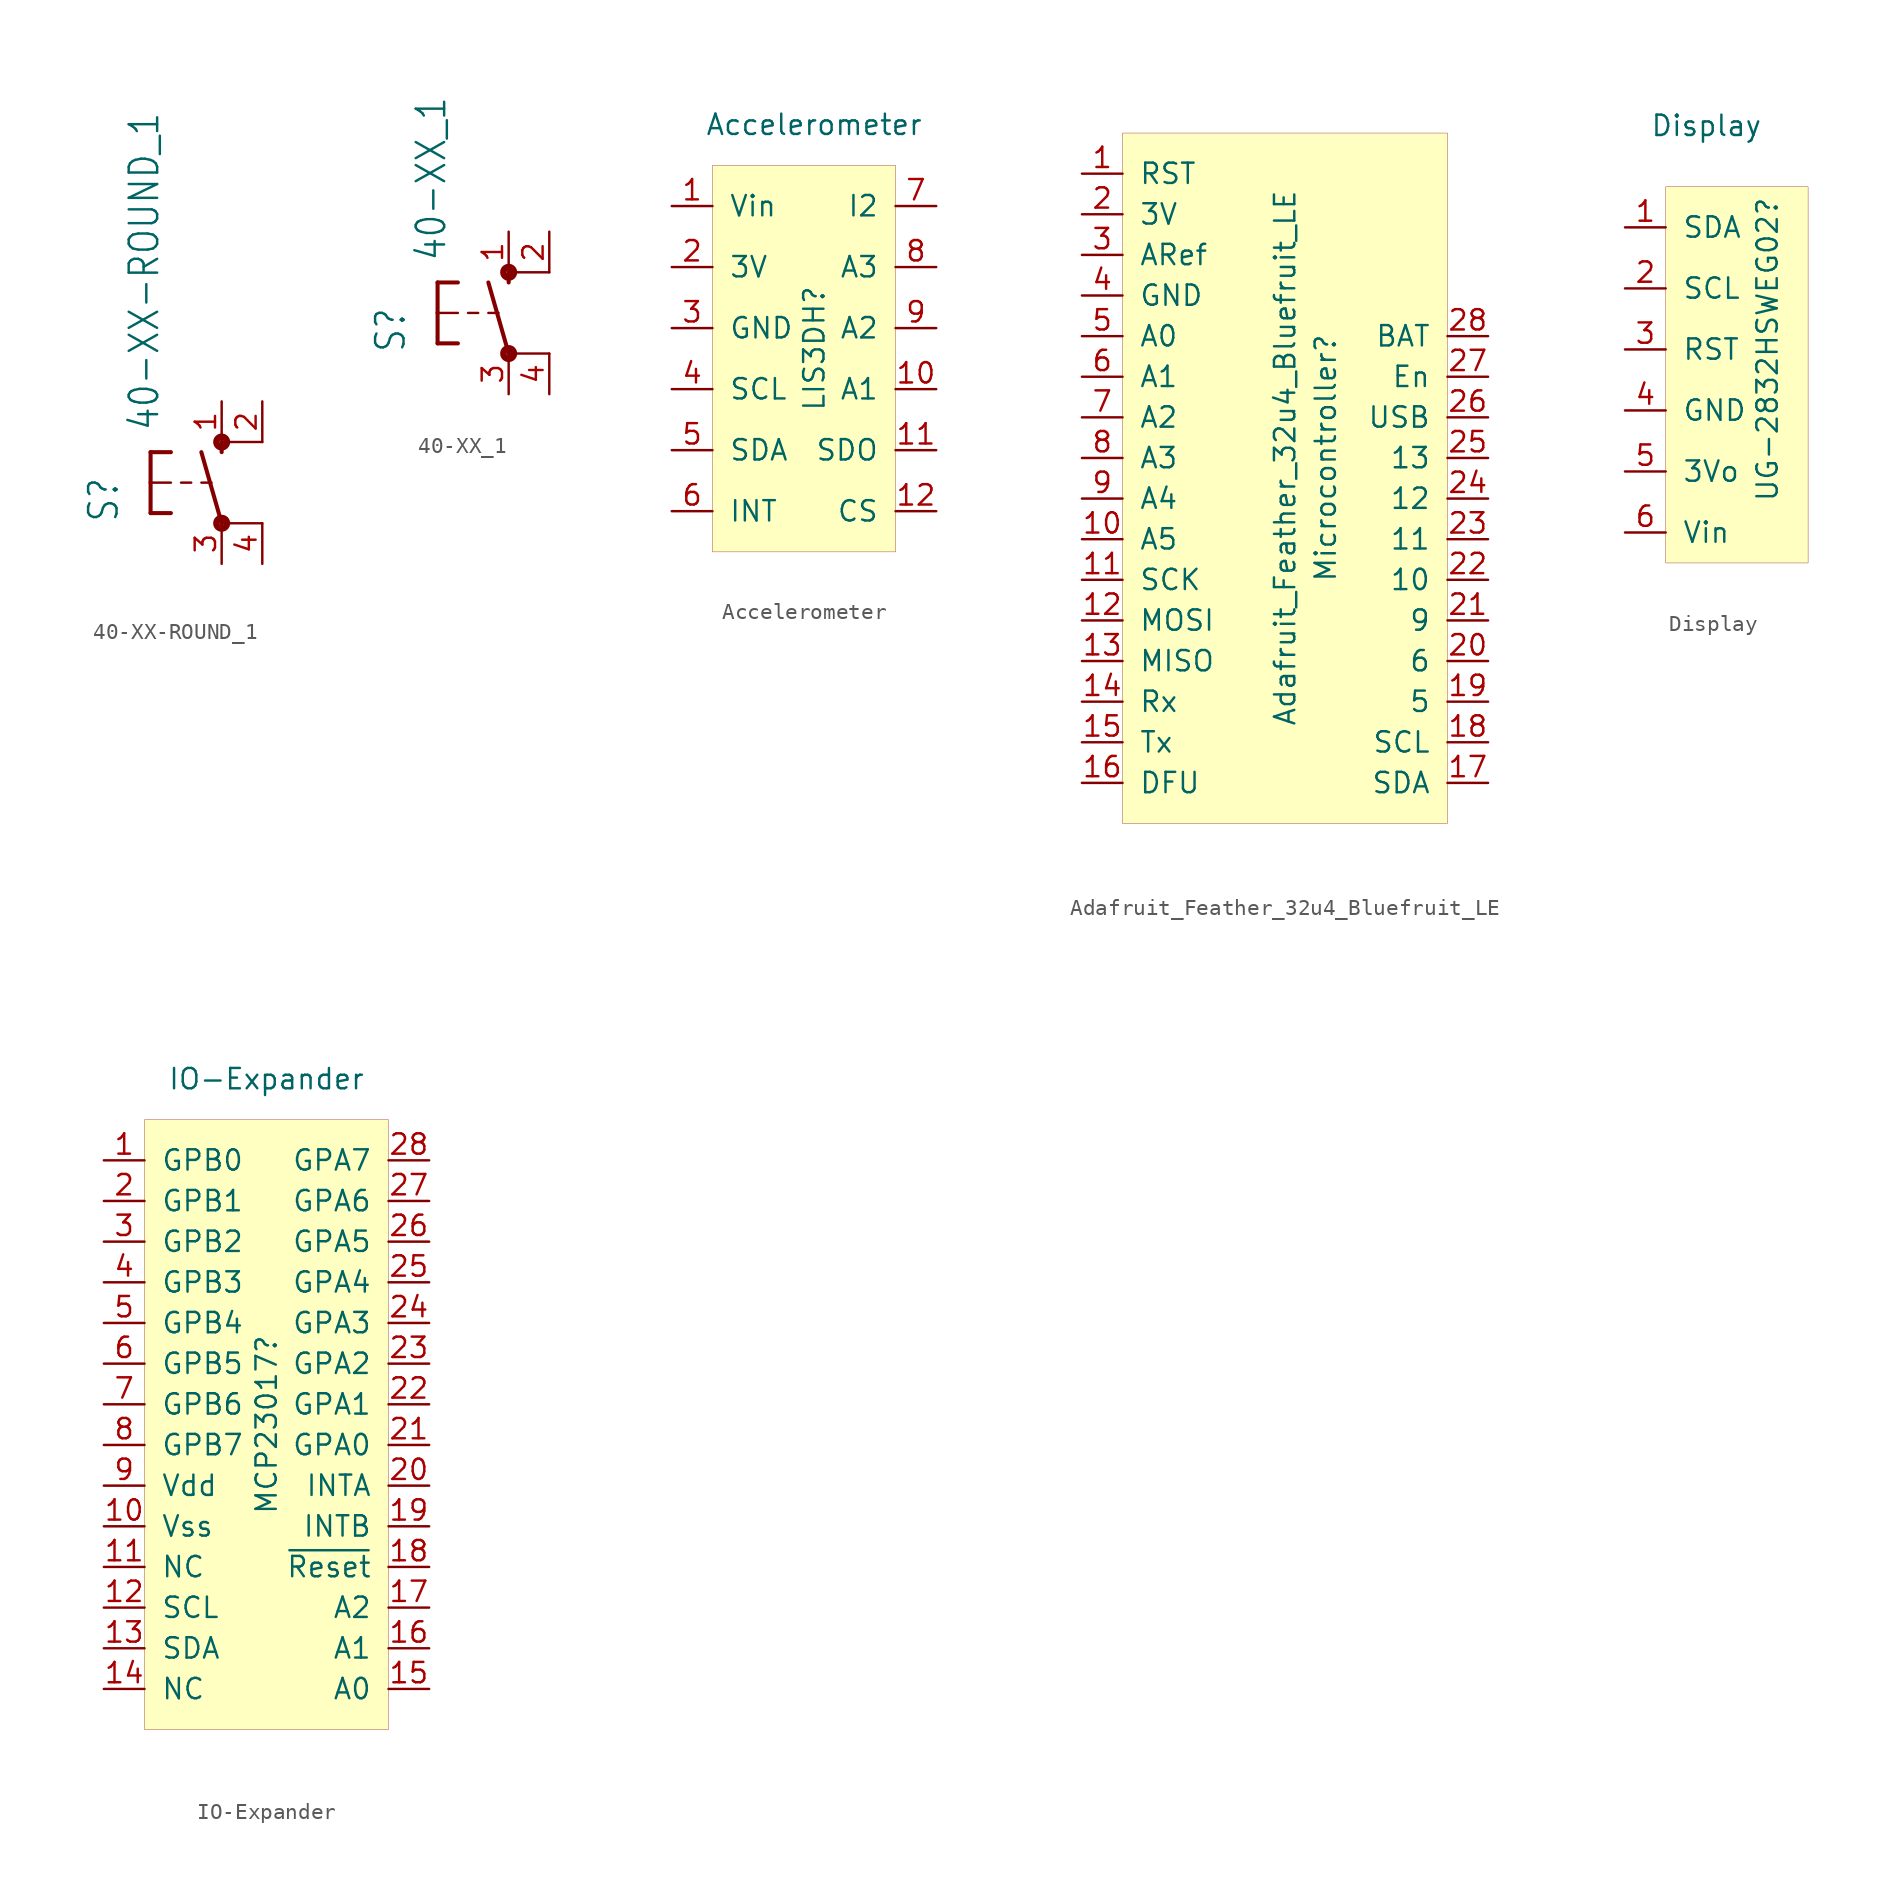
<source format=kicad_sym>
(kicad_symbol_lib
  (version 20200908)
  (generator kicad_symbol_editor)
  (symbol "Game_Controllers:40-XX-ROUND_1"
    (property "Reference" "S"
      (at -6.35 -2.54 90)
      (effects (font (size 1.778 1.511)) (justify left bottom)))
    (property "Value" "40-XX-ROUND_1"
      (at -3.81 3.175 90)
      (effects (font (size 1.778 1.511)) (justify left bottom)))
    (property "ki_locked" ""
      (at 0 0 0)
      (effects (font (size 1.27 1.27))))
    (symbol "40-XX-ROUND_1_1_0"
      (circle (center 0 -2.54) (radius 0.127) (stroke (width 0.406)) (fill (type none)))
      (circle (center 0 2.54) (radius 0.127) (stroke (width 0.406)) (fill (type none)))
      (polyline (pts (xy 0 1.905) (xy 0 2.54)) (stroke (width 0.254)) (fill (type none)))
      (polyline (pts (xy -4.445 1.905) (xy -3.175 1.905)) (stroke (width 0.254)) (fill (type none)))
      (polyline (pts (xy -4.445 -1.905) (xy -3.175 -1.905)) (stroke (width 0.254)) (fill (type none)))
      (polyline (pts (xy -4.445 1.905) (xy -4.445 0)) (stroke (width 0.254)) (fill (type none)))
      (polyline (pts (xy -4.445 0) (xy -4.445 -1.905)) (stroke (width 0.254)) (fill (type none)))
      (polyline (pts (xy -2.54 0) (xy -1.905 0)) (stroke (width 0.152)) (fill (type none)))
      (polyline (pts (xy -1.27 0) (xy -0.635 0)) (stroke (width 0.152)) (fill (type none)))
      (polyline (pts (xy -4.445 0) (xy -3.175 0)) (stroke (width 0.152)) (fill (type none)))
      (polyline (pts (xy 2.54 2.54) (xy 0 2.54)) (stroke (width 0.152)) (fill (type none)))
      (polyline (pts (xy 2.54 -2.54) (xy 0 -2.54)) (stroke (width 0.152)) (fill (type none)))
      (polyline (pts (xy 0 -2.54) (xy -1.27 1.905)) (stroke (width 0.254)) (fill (type none)))
      (pin passive line (at 0 -5.08 90) (length 2.54) (name "P" (effects (font (size 0 0)))) (number "3" (effects (font (size 1.27 1.27)))))
      (pin passive line (at 0 5.08 270) (length 2.54) (name "S" (effects (font (size 0 0)))) (number "1" (effects (font (size 1.27 1.27)))))
      (pin passive line (at 2.54 5.08 270) (length 2.54) (name "S1" (effects (font (size 0 0)))) (number "2" (effects (font (size 1.27 1.27)))))
      (pin passive line (at 2.54 -5.08 90) (length 2.54) (name "P1" (effects (font (size 0 0)))) (number "4" (effects (font (size 1.27 1.27)))))))
  (symbol "Game_Controllers:40-XX_1"
    (property "Reference" "S"
      (at -6.35 -2.54 90)
      (effects (font (size 1.778 1.511)) (justify left bottom)))
    (property "Value" "40-XX_1"
      (at -3.81 3.175 90)
      (effects (font (size 1.778 1.511)) (justify left bottom)))
    (property "ki_locked" ""
      (at 0 0 0)
      (effects (font (size 1.27 1.27))))
    (symbol "40-XX_1_1_0"
      (circle (center 0 -2.54) (radius 0.127) (stroke (width 0.406)) (fill (type none)))
      (circle (center 0 2.54) (radius 0.127) (stroke (width 0.406)) (fill (type none)))
      (polyline (pts (xy 0 1.905) (xy 0 2.54)) (stroke (width 0.254)) (fill (type none)))
      (polyline (pts (xy -4.445 1.905) (xy -3.175 1.905)) (stroke (width 0.254)) (fill (type none)))
      (polyline (pts (xy -4.445 -1.905) (xy -3.175 -1.905)) (stroke (width 0.254)) (fill (type none)))
      (polyline (pts (xy -4.445 1.905) (xy -4.445 0)) (stroke (width 0.254)) (fill (type none)))
      (polyline (pts (xy -4.445 0) (xy -4.445 -1.905)) (stroke (width 0.254)) (fill (type none)))
      (polyline (pts (xy -2.54 0) (xy -1.905 0)) (stroke (width 0.152)) (fill (type none)))
      (polyline (pts (xy -1.27 0) (xy -0.635 0)) (stroke (width 0.152)) (fill (type none)))
      (polyline (pts (xy -4.445 0) (xy -3.175 0)) (stroke (width 0.152)) (fill (type none)))
      (polyline (pts (xy 2.54 2.54) (xy 0 2.54)) (stroke (width 0.152)) (fill (type none)))
      (polyline (pts (xy 2.54 -2.54) (xy 0 -2.54)) (stroke (width 0.152)) (fill (type none)))
      (polyline (pts (xy 0 -2.54) (xy -1.27 1.905)) (stroke (width 0.254)) (fill (type none)))
      (pin passive line (at 0 -5.08 90) (length 2.54) (name "P" (effects (font (size 0 0)))) (number "3" (effects (font (size 1.27 1.27)))))
      (pin passive line (at 0 5.08 270) (length 2.54) (name "S" (effects (font (size 0 0)))) (number "1" (effects (font (size 1.27 1.27)))))
      (pin passive line (at 2.54 5.08 270) (length 2.54) (name "S1" (effects (font (size 0 0)))) (number "2" (effects (font (size 1.27 1.27)))))
      (pin passive line (at 2.54 -5.08 90) (length 2.54) (name "P1" (effects (font (size 0 0)))) (number "4" (effects (font (size 1.27 1.27)))))))
  (symbol "Game_Controllers:Accelerometer"
    (pin_names
      (offset 1.016))
    (property "Reference" "LIS3DH"
      (at 0 0 90)
      (effects (font (size 1.27 1.27))))
    (property "Value" "Accelerometer"
      (at 0 13.97 0)
      (effects (font (size 1.27 1.27))))
    (symbol "Accelerometer_0_1"
      (rectangle (start -6.35 11.43) (end 5.08 -12.7) (stroke (width 0.001)) (fill (type background))))
    (symbol "Accelerometer_1_1"
      (pin bidirectional line (at -8.89 8.89 0) (length 2.54) (name "Vin" (effects (font (size 1.27 1.27)))) (number "1" (effects (font (size 1.27 1.27)))))
      (pin bidirectional line (at -8.89 5.08 0) (length 2.54) (name "3V" (effects (font (size 1.27 1.27)))) (number "2" (effects (font (size 1.27 1.27)))))
      (pin bidirectional line (at -8.89 1.27 0) (length 2.54) (name "GND" (effects (font (size 1.27 1.27)))) (number "3" (effects (font (size 1.27 1.27)))))
      (pin bidirectional line (at -8.89 -2.54 0) (length 2.54) (name "SCL" (effects (font (size 1.27 1.27)))) (number "4" (effects (font (size 1.27 1.27)))))
      (pin bidirectional line (at -8.89 -6.35 0) (length 2.54) (name "SDA" (effects (font (size 1.27 1.27)))) (number "5" (effects (font (size 1.27 1.27)))))
      (pin bidirectional line (at -8.89 -10.16 0) (length 2.54) (name "INT" (effects (font (size 1.27 1.27)))) (number "6" (effects (font (size 1.27 1.27)))))
      (pin bidirectional line (at 7.62 8.89 180) (length 2.54) (name "I2" (effects (font (size 1.27 1.27)))) (number "7" (effects (font (size 1.27 1.27)))))
      (pin bidirectional line (at 7.62 5.08 180) (length 2.54) (name "A3" (effects (font (size 1.27 1.27)))) (number "8" (effects (font (size 1.27 1.27)))))
      (pin bidirectional line (at 7.62 1.27 180) (length 2.54) (name "A2" (effects (font (size 1.27 1.27)))) (number "9" (effects (font (size 1.27 1.27)))))
      (pin bidirectional line (at 7.62 -2.54 180) (length 2.54) (name "A1" (effects (font (size 1.27 1.27)))) (number "10" (effects (font (size 1.27 1.27)))))
      (pin bidirectional line (at 7.62 -6.35 180) (length 2.54) (name "SDO" (effects (font (size 1.27 1.27)))) (number "11" (effects (font (size 1.27 1.27)))))
      (pin bidirectional line (at 7.62 -10.16 180) (length 2.54) (name "CS" (effects (font (size 1.27 1.27)))) (number "12" (effects (font (size 1.27 1.27)))))))
  (symbol "Game_Controllers:Adafruit_Feather_32u4_Bluefruit_LE"
    (pin_names
      (offset 1.016))
    (property "Reference" "Microcontroller"
      (at -2.54 7.62 90)
      (effects (font (size 1.27 1.27))))
    (property "Value" "Adafruit_Feather_32u4_Bluefruit_LE"
      (at -5.08 7.62 90)
      (effects (font (size 1.27 1.27))))
    (symbol "Adafruit_Feather_32u4_Bluefruit_LE_0_1"
      (rectangle (start -15.24 27.94) (end 5.08 -15.24) (stroke (width 0.001)) (fill (type background))))
    (symbol "Adafruit_Feather_32u4_Bluefruit_LE_1_1"
      (pin bidirectional line (at 7.62 15.24 180) (length 2.54) (name "BAT" (effects (font (size 1.27 1.27)))) (number "28" (effects (font (size 1.27 1.27)))))
      (pin bidirectional line (at 7.62 12.7 180) (length 2.54) (name "En" (effects (font (size 1.27 1.27)))) (number "27" (effects (font (size 1.27 1.27)))))
      (pin bidirectional line (at 7.62 10.16 180) (length 2.54) (name "USB" (effects (font (size 1.27 1.27)))) (number "26" (effects (font (size 1.27 1.27)))))
      (pin bidirectional line (at 7.62 7.62 180) (length 2.54) (name "13" (effects (font (size 1.27 1.27)))) (number "25" (effects (font (size 1.27 1.27)))))
      (pin bidirectional line (at 7.62 5.08 180) (length 2.54) (name "12" (effects (font (size 1.27 1.27)))) (number "24" (effects (font (size 1.27 1.27)))))
      (pin bidirectional line (at 7.62 2.54 180) (length 2.54) (name "11" (effects (font (size 1.27 1.27)))) (number "23" (effects (font (size 1.27 1.27)))))
      (pin bidirectional line (at 7.62 0 180) (length 2.54) (name "10" (effects (font (size 1.27 1.27)))) (number "22" (effects (font (size 1.27 1.27)))))
      (pin bidirectional line (at 7.62 -2.54 180) (length 2.54) (name "9" (effects (font (size 1.27 1.27)))) (number "21" (effects (font (size 1.27 1.27)))))
      (pin bidirectional line (at 7.62 -5.08 180) (length 2.54) (name "6" (effects (font (size 1.27 1.27)))) (number "20" (effects (font (size 1.27 1.27)))))
      (pin bidirectional line (at 7.62 -7.62 180) (length 2.54) (name "5" (effects (font (size 1.27 1.27)))) (number "19" (effects (font (size 1.27 1.27)))))
      (pin bidirectional line (at 7.62 -10.16 180) (length 2.54) (name "SCL" (effects (font (size 1.27 1.27)))) (number "18" (effects (font (size 1.27 1.27)))))
      (pin bidirectional line (at 7.62 -12.7 180) (length 2.54) (name "SDA" (effects (font (size 1.27 1.27)))) (number "17" (effects (font (size 1.27 1.27)))))
      (pin bidirectional line (at -17.78 -12.7 0) (length 2.54) (name "DFU" (effects (font (size 1.27 1.27)))) (number "16" (effects (font (size 1.27 1.27)))))
      (pin bidirectional line (at -17.78 -10.16 0) (length 2.54) (name "Tx" (effects (font (size 1.27 1.27)))) (number "15" (effects (font (size 1.27 1.27)))))
      (pin bidirectional line (at -17.78 -7.62 0) (length 2.54) (name "Rx" (effects (font (size 1.27 1.27)))) (number "14" (effects (font (size 1.27 1.27)))))
      (pin bidirectional line (at -17.78 -5.08 0) (length 2.54) (name "MISO" (effects (font (size 1.27 1.27)))) (number "13" (effects (font (size 1.27 1.27)))))
      (pin bidirectional line (at -17.78 -2.54 0) (length 2.54) (name "MOSI" (effects (font (size 1.27 1.27)))) (number "12" (effects (font (size 1.27 1.27)))))
      (pin bidirectional line (at -17.78 0 0) (length 2.54) (name "SCK" (effects (font (size 1.27 1.27)))) (number "11" (effects (font (size 1.27 1.27)))))
      (pin bidirectional line (at -17.78 2.54 0) (length 2.54) (name "A5" (effects (font (size 1.27 1.27)))) (number "10" (effects (font (size 1.27 1.27)))))
      (pin bidirectional line (at -17.78 5.08 0) (length 2.54) (name "A4" (effects (font (size 1.27 1.27)))) (number "9" (effects (font (size 1.27 1.27)))))
      (pin bidirectional line (at -17.78 7.62 0) (length 2.54) (name "A3" (effects (font (size 1.27 1.27)))) (number "8" (effects (font (size 1.27 1.27)))))
      (pin bidirectional line (at -17.78 10.16 0) (length 2.54) (name "A2" (effects (font (size 1.27 1.27)))) (number "7" (effects (font (size 1.27 1.27)))))
      (pin bidirectional line (at -17.78 12.7 0) (length 2.54) (name "A1" (effects (font (size 1.27 1.27)))) (number "6" (effects (font (size 1.27 1.27)))))
      (pin bidirectional line (at -17.78 15.24 0) (length 2.54) (name "A0" (effects (font (size 1.27 1.27)))) (number "5" (effects (font (size 1.27 1.27)))))
      (pin bidirectional line (at -17.78 17.78 0) (length 2.54) (name "GND" (effects (font (size 1.27 1.27)))) (number "4" (effects (font (size 1.27 1.27)))))
      (pin bidirectional line (at -17.78 20.32 0) (length 2.54) (name "ARef" (effects (font (size 1.27 1.27)))) (number "3" (effects (font (size 1.27 1.27)))))
      (pin bidirectional line (at -17.78 22.86 0) (length 2.54) (name "3V" (effects (font (size 1.27 1.27)))) (number "2" (effects (font (size 1.27 1.27)))))
      (pin bidirectional line (at -17.78 25.4 0) (length 2.54) (name "RST" (effects (font (size 1.27 1.27)))) (number "1" (effects (font (size 1.27 1.27)))))))
  (symbol "Game_Controllers:Display"
    (pin_names
      (offset 1.016))
    (property "Reference" "UG-2832HSWEG02"
      (at 3.81 3.81 90)
      (effects (font (size 1.27 1.27))))
    (property "Value" "Display"
      (at 0 17.78 0)
      (effects (font (size 1.27 1.27))))
    (symbol "Display_0_1"
      (rectangle (start -2.54 13.97) (end 6.35 -9.525) (stroke (width 0.001)) (fill (type background))))
    (symbol "Display_1_1"
      (pin bidirectional line (at -5.08 11.43 0) (length 2.54) (name "SDA" (effects (font (size 1.27 1.27)))) (number "1" (effects (font (size 1.27 1.27)))))
      (pin bidirectional line (at -5.08 7.62 0) (length 2.54) (name "SCL" (effects (font (size 1.27 1.27)))) (number "2" (effects (font (size 1.27 1.27)))))
      (pin bidirectional line (at -5.08 3.81 0) (length 2.54) (name "RST" (effects (font (size 1.27 1.27)))) (number "3" (effects (font (size 1.27 1.27)))))
      (pin bidirectional line (at -5.08 0 0) (length 2.54) (name "GND" (effects (font (size 1.27 1.27)))) (number "4" (effects (font (size 1.27 1.27)))))
      (pin bidirectional line (at -5.08 -3.81 0) (length 2.54) (name "3Vo" (effects (font (size 1.27 1.27)))) (number "5" (effects (font (size 1.27 1.27)))))
      (pin bidirectional line (at -5.08 -7.62 0) (length 2.54) (name "Vin" (effects (font (size 1.27 1.27)))) (number "6" (effects (font (size 1.27 1.27)))))))
  (symbol "Game_Controllers:IO-Expander"
    (pin_names
      (offset 1.016))
    (property "Reference" "MCP23017"
      (at 0 -6.35 90)
      (effects (font (size 1.27 1.27))))
    (property "Value" "IO-Expander"
      (at 0 15.24 0)
      (effects (font (size 1.27 1.27))))
    (symbol "IO-Expander_0_1"
      (rectangle (start -7.62 12.7) (end 7.62 -25.4) (stroke (width 0.001)) (fill (type background))))
    (symbol "IO-Expander_1_1"
      (pin bidirectional line (at 10.16 10.16 180) (length 2.54) (name "GPA7" (effects (font (size 1.27 1.27)))) (number "28" (effects (font (size 1.27 1.27)))))
      (pin bidirectional line (at 10.16 7.62 180) (length 2.54) (name "GPA6" (effects (font (size 1.27 1.27)))) (number "27" (effects (font (size 1.27 1.27)))))
      (pin bidirectional line (at -10.16 10.16 0) (length 2.54) (name "GPB0" (effects (font (size 1.27 1.27)))) (number "1" (effects (font (size 1.27 1.27)))))
      (pin bidirectional line (at -10.16 7.62 0) (length 2.54) (name "GPB1" (effects (font (size 1.27 1.27)))) (number "2" (effects (font (size 1.27 1.27)))))
      (pin bidirectional line (at -10.16 5.08 0) (length 2.54) (name "GPB2" (effects (font (size 1.27 1.27)))) (number "3" (effects (font (size 1.27 1.27)))))
      (pin bidirectional line (at -10.16 2.54 0) (length 2.54) (name "GPB3" (effects (font (size 1.27 1.27)))) (number "4" (effects (font (size 1.27 1.27)))))
      (pin bidirectional line (at -10.16 0 0) (length 2.54) (name "GPB4" (effects (font (size 1.27 1.27)))) (number "5" (effects (font (size 1.27 1.27)))))
      (pin bidirectional line (at -10.16 -2.54 0) (length 2.54) (name "GPB5" (effects (font (size 1.27 1.27)))) (number "6" (effects (font (size 1.27 1.27)))))
      (pin bidirectional line (at -10.16 -5.08 0) (length 2.54) (name "GPB6" (effects (font (size 1.27 1.27)))) (number "7" (effects (font (size 1.27 1.27)))))
      (pin bidirectional line (at -10.16 -7.62 0) (length 2.54) (name "GPB7" (effects (font (size 1.27 1.27)))) (number "8" (effects (font (size 1.27 1.27)))))
      (pin bidirectional line (at -10.16 -10.16 0) (length 2.54) (name "Vdd" (effects (font (size 1.27 1.27)))) (number "9" (effects (font (size 1.27 1.27)))))
      (pin bidirectional line (at -10.16 -12.7 0) (length 2.54) (name "Vss" (effects (font (size 1.27 1.27)))) (number "10" (effects (font (size 1.27 1.27)))))
      (pin bidirectional line (at -10.16 -15.24 0) (length 2.54) (name "NC" (effects (font (size 1.27 1.27)))) (number "11" (effects (font (size 1.27 1.27)))))
      (pin bidirectional line (at -10.16 -17.78 0) (length 2.54) (name "SCL" (effects (font (size 1.27 1.27)))) (number "12" (effects (font (size 1.27 1.27)))))
      (pin bidirectional line (at -10.16 -20.32 0) (length 2.54) (name "SDA" (effects (font (size 1.27 1.27)))) (number "13" (effects (font (size 1.27 1.27)))))
      (pin bidirectional line (at -10.16 -22.86 0) (length 2.54) (name "NC" (effects (font (size 1.27 1.27)))) (number "14" (effects (font (size 1.27 1.27)))))
      (pin bidirectional line (at 10.16 5.08 180) (length 2.54) (name "GPA5" (effects (font (size 1.27 1.27)))) (number "26" (effects (font (size 1.27 1.27)))))
      (pin bidirectional line (at 10.16 2.54 180) (length 2.54) (name "GPA4" (effects (font (size 1.27 1.27)))) (number "25" (effects (font (size 1.27 1.27)))))
      (pin bidirectional line (at 10.16 0 180) (length 2.54) (name "GPA3" (effects (font (size 1.27 1.27)))) (number "24" (effects (font (size 1.27 1.27)))))
      (pin bidirectional line (at 10.16 -2.54 180) (length 2.54) (name "GPA2" (effects (font (size 1.27 1.27)))) (number "23" (effects (font (size 1.27 1.27)))))
      (pin bidirectional line (at 10.16 -5.08 180) (length 2.54) (name "GPA1" (effects (font (size 1.27 1.27)))) (number "22" (effects (font (size 1.27 1.27)))))
      (pin bidirectional line (at 10.16 -7.62 180) (length 2.54) (name "GPA0" (effects (font (size 1.27 1.27)))) (number "21" (effects (font (size 1.27 1.27)))))
      (pin bidirectional line (at 10.16 -10.16 180) (length 2.54) (name "INTA" (effects (font (size 1.27 1.27)))) (number "20" (effects (font (size 1.27 1.27)))))
      (pin bidirectional line (at 10.16 -12.7 180) (length 2.54) (name "INTB" (effects (font (size 1.27 1.27)))) (number "19" (effects (font (size 1.27 1.27)))))
      (pin bidirectional line (at 10.16 -15.24 180) (length 2.54) (name "~Reset" (effects (font (size 1.27 1.27)))) (number "18" (effects (font (size 1.27 1.27)))))
      (pin bidirectional line (at 10.16 -17.78 180) (length 2.54) (name "A2" (effects (font (size 1.27 1.27)))) (number "17" (effects (font (size 1.27 1.27)))))
      (pin bidirectional line (at 10.16 -20.32 180) (length 2.54) (name "A1" (effects (font (size 1.27 1.27)))) (number "16" (effects (font (size 1.27 1.27)))))
      (pin bidirectional line (at 10.16 -22.86 180) (length 2.54) (name "A0" (effects (font (size 1.27 1.27)))) (number "15" (effects (font (size 1.27 1.27))))))))
</source>
